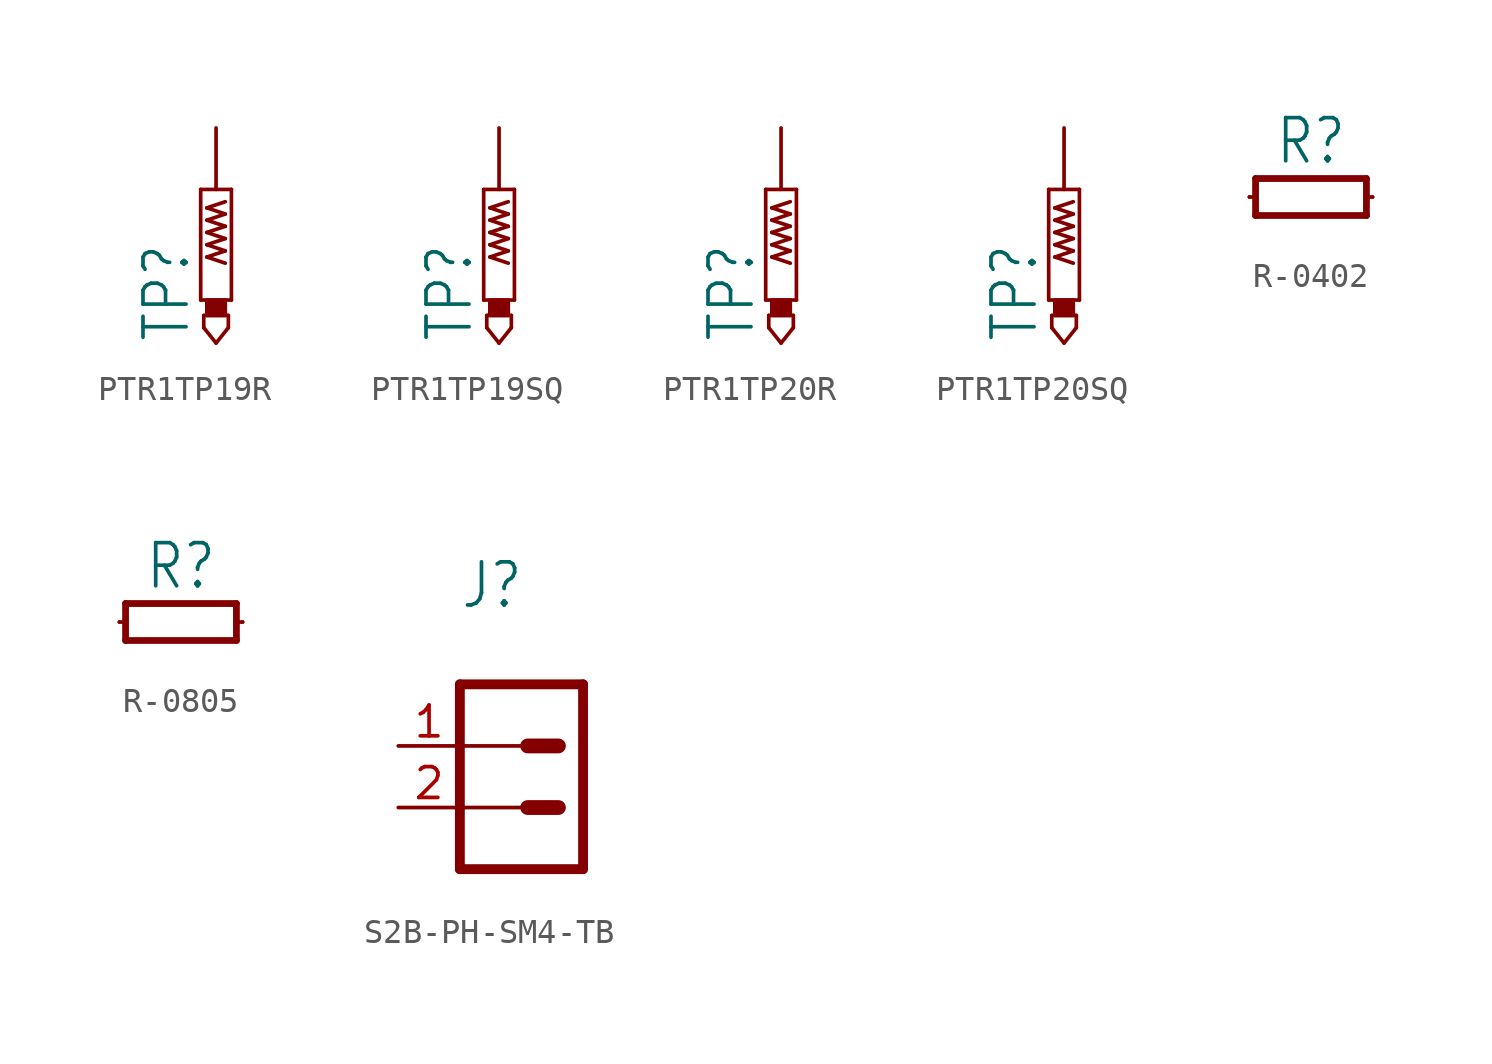
<source format=kicad_sym>
(kicad_symbol_lib
  (version 20231120)
  (generator "kicad_symbol_editor")
  (generator_version "8.0")
  (symbol "PTR1TP19R"
    (property "Reference" "TP"
      (at -1.016 -6.35 90)
      (effects (font (size 1.778 1.511)) (justify left bottom)))
    (property "ki_locked" ""
      (at 0 0 0)
      (effects (font (size 1.27 1.27))))
    (symbol "PTR1TP19R_1_0"
      (rectangle (start -0.381 -5.207) (end 0.381 -4.572) (stroke (width 0) (type default)) (fill (type outline)))
      (polyline (pts (xy -0.635 0) (xy -0.635 -4.572)) (stroke (width 0.152) (type solid)) (fill (type none)))
      (polyline (pts (xy -0.508 -5.715) (xy 0 -6.35)) (stroke (width 0.152) (type solid)) (fill (type none)))
      (polyline (pts (xy -0.508 -5.207) (xy -0.508 -5.715)) (stroke (width 0.152) (type solid)) (fill (type none)))
      (polyline (pts (xy -0.381 -2.794) (xy 0.381 -2.54)) (stroke (width 0.152) (type solid)) (fill (type none)))
      (polyline (pts (xy -0.381 -2.286) (xy 0.381 -2.032)) (stroke (width 0.152) (type solid)) (fill (type none)))
      (polyline (pts (xy -0.381 -1.778) (xy 0.381 -1.524)) (stroke (width 0.152) (type solid)) (fill (type none)))
      (polyline (pts (xy -0.381 -1.27) (xy 0.381 -1.016)) (stroke (width 0.152) (type solid)) (fill (type none)))
      (polyline (pts (xy -0.381 -0.762) (xy 0.381 -0.508)) (stroke (width 0.152) (type solid)) (fill (type none)))
      (polyline (pts (xy 0 -6.35) (xy 0.508 -5.715)) (stroke (width 0.152) (type solid)) (fill (type none)))
      (polyline (pts (xy 0.381 -3.048) (xy -0.381 -2.794)) (stroke (width 0.152) (type solid)) (fill (type none)))
      (polyline (pts (xy 0.381 -2.54) (xy -0.381 -2.286)) (stroke (width 0.152) (type solid)) (fill (type none)))
      (polyline (pts (xy 0.381 -2.032) (xy -0.381 -1.778)) (stroke (width 0.152) (type solid)) (fill (type none)))
      (polyline (pts (xy 0.381 -1.524) (xy -0.381 -1.27)) (stroke (width 0.152) (type solid)) (fill (type none)))
      (polyline (pts (xy 0.381 -1.016) (xy -0.381 -0.762)) (stroke (width 0.152) (type solid)) (fill (type none)))
      (polyline (pts (xy 0.508 -5.715) (xy 0.508 -5.207)) (stroke (width 0.152) (type solid)) (fill (type none)))
      (polyline (pts (xy 0.508 -5.207) (xy -0.508 -5.207)) (stroke (width 0.152) (type solid)) (fill (type none)))
      (polyline (pts (xy 0.635 -4.572) (xy -0.635 -4.572)) (stroke (width 0.152) (type solid)) (fill (type none)))
      (polyline (pts (xy 0.635 -4.572) (xy 0.635 0)) (stroke (width 0.152) (type solid)) (fill (type none)))
      (polyline (pts (xy 0.635 0) (xy -0.635 0)) (stroke (width 0.152) (type solid)) (fill (type none)))
      (pin input line (at 0 2.54 270) (length 2.54) (name "TP" (effects (font (size 0 0)))) (number "TP" (effects (font (size 0 0)))))))
  (symbol "PTR1TP19SQ"
    (property "Reference" "TP"
      (at -1.016 -6.35 90)
      (effects (font (size 1.778 1.511)) (justify left bottom)))
    (property "ki_locked" ""
      (at 0 0 0)
      (effects (font (size 1.27 1.27))))
    (symbol "PTR1TP19SQ_1_0"
      (rectangle (start -0.381 -5.207) (end 0.381 -4.572) (stroke (width 0) (type default)) (fill (type outline)))
      (polyline (pts (xy -0.635 0) (xy -0.635 -4.572)) (stroke (width 0.152) (type solid)) (fill (type none)))
      (polyline (pts (xy -0.508 -5.715) (xy 0 -6.35)) (stroke (width 0.152) (type solid)) (fill (type none)))
      (polyline (pts (xy -0.508 -5.207) (xy -0.508 -5.715)) (stroke (width 0.152) (type solid)) (fill (type none)))
      (polyline (pts (xy -0.381 -2.794) (xy 0.381 -2.54)) (stroke (width 0.152) (type solid)) (fill (type none)))
      (polyline (pts (xy -0.381 -2.286) (xy 0.381 -2.032)) (stroke (width 0.152) (type solid)) (fill (type none)))
      (polyline (pts (xy -0.381 -1.778) (xy 0.381 -1.524)) (stroke (width 0.152) (type solid)) (fill (type none)))
      (polyline (pts (xy -0.381 -1.27) (xy 0.381 -1.016)) (stroke (width 0.152) (type solid)) (fill (type none)))
      (polyline (pts (xy -0.381 -0.762) (xy 0.381 -0.508)) (stroke (width 0.152) (type solid)) (fill (type none)))
      (polyline (pts (xy 0 -6.35) (xy 0.508 -5.715)) (stroke (width 0.152) (type solid)) (fill (type none)))
      (polyline (pts (xy 0.381 -3.048) (xy -0.381 -2.794)) (stroke (width 0.152) (type solid)) (fill (type none)))
      (polyline (pts (xy 0.381 -2.54) (xy -0.381 -2.286)) (stroke (width 0.152) (type solid)) (fill (type none)))
      (polyline (pts (xy 0.381 -2.032) (xy -0.381 -1.778)) (stroke (width 0.152) (type solid)) (fill (type none)))
      (polyline (pts (xy 0.381 -1.524) (xy -0.381 -1.27)) (stroke (width 0.152) (type solid)) (fill (type none)))
      (polyline (pts (xy 0.381 -1.016) (xy -0.381 -0.762)) (stroke (width 0.152) (type solid)) (fill (type none)))
      (polyline (pts (xy 0.508 -5.715) (xy 0.508 -5.207)) (stroke (width 0.152) (type solid)) (fill (type none)))
      (polyline (pts (xy 0.508 -5.207) (xy -0.508 -5.207)) (stroke (width 0.152) (type solid)) (fill (type none)))
      (polyline (pts (xy 0.635 -4.572) (xy -0.635 -4.572)) (stroke (width 0.152) (type solid)) (fill (type none)))
      (polyline (pts (xy 0.635 -4.572) (xy 0.635 0)) (stroke (width 0.152) (type solid)) (fill (type none)))
      (polyline (pts (xy 0.635 0) (xy -0.635 0)) (stroke (width 0.152) (type solid)) (fill (type none)))
      (pin input line (at 0 2.54 270) (length 2.54) (name "TP" (effects (font (size 0 0)))) (number "TP" (effects (font (size 0 0)))))))
  (symbol "PTR1TP20R"
    (property "Reference" "TP"
      (at -1.016 -6.35 90)
      (effects (font (size 1.778 1.511)) (justify left bottom)))
    (property "ki_locked" ""
      (at 0 0 0)
      (effects (font (size 1.27 1.27))))
    (symbol "PTR1TP20R_1_0"
      (rectangle (start -0.381 -5.207) (end 0.381 -4.572) (stroke (width 0) (type default)) (fill (type outline)))
      (polyline (pts (xy -0.635 0) (xy -0.635 -4.572)) (stroke (width 0.152) (type solid)) (fill (type none)))
      (polyline (pts (xy -0.508 -5.715) (xy 0 -6.35)) (stroke (width 0.152) (type solid)) (fill (type none)))
      (polyline (pts (xy -0.508 -5.207) (xy -0.508 -5.715)) (stroke (width 0.152) (type solid)) (fill (type none)))
      (polyline (pts (xy -0.381 -2.794) (xy 0.381 -2.54)) (stroke (width 0.152) (type solid)) (fill (type none)))
      (polyline (pts (xy -0.381 -2.286) (xy 0.381 -2.032)) (stroke (width 0.152) (type solid)) (fill (type none)))
      (polyline (pts (xy -0.381 -1.778) (xy 0.381 -1.524)) (stroke (width 0.152) (type solid)) (fill (type none)))
      (polyline (pts (xy -0.381 -1.27) (xy 0.381 -1.016)) (stroke (width 0.152) (type solid)) (fill (type none)))
      (polyline (pts (xy -0.381 -0.762) (xy 0.381 -0.508)) (stroke (width 0.152) (type solid)) (fill (type none)))
      (polyline (pts (xy 0 -6.35) (xy 0.508 -5.715)) (stroke (width 0.152) (type solid)) (fill (type none)))
      (polyline (pts (xy 0.381 -3.048) (xy -0.381 -2.794)) (stroke (width 0.152) (type solid)) (fill (type none)))
      (polyline (pts (xy 0.381 -2.54) (xy -0.381 -2.286)) (stroke (width 0.152) (type solid)) (fill (type none)))
      (polyline (pts (xy 0.381 -2.032) (xy -0.381 -1.778)) (stroke (width 0.152) (type solid)) (fill (type none)))
      (polyline (pts (xy 0.381 -1.524) (xy -0.381 -1.27)) (stroke (width 0.152) (type solid)) (fill (type none)))
      (polyline (pts (xy 0.381 -1.016) (xy -0.381 -0.762)) (stroke (width 0.152) (type solid)) (fill (type none)))
      (polyline (pts (xy 0.508 -5.715) (xy 0.508 -5.207)) (stroke (width 0.152) (type solid)) (fill (type none)))
      (polyline (pts (xy 0.508 -5.207) (xy -0.508 -5.207)) (stroke (width 0.152) (type solid)) (fill (type none)))
      (polyline (pts (xy 0.635 -4.572) (xy -0.635 -4.572)) (stroke (width 0.152) (type solid)) (fill (type none)))
      (polyline (pts (xy 0.635 -4.572) (xy 0.635 0)) (stroke (width 0.152) (type solid)) (fill (type none)))
      (polyline (pts (xy 0.635 0) (xy -0.635 0)) (stroke (width 0.152) (type solid)) (fill (type none)))
      (pin input line (at 0 2.54 270) (length 2.54) (name "TP" (effects (font (size 0 0)))) (number "TP" (effects (font (size 0 0)))))))
  (symbol "PTR1TP20SQ"
    (property "Reference" "TP"
      (at -1.016 -6.35 90)
      (effects (font (size 1.778 1.511)) (justify left bottom)))
    (property "ki_locked" ""
      (at 0 0 0)
      (effects (font (size 1.27 1.27))))
    (symbol "PTR1TP20SQ_1_0"
      (rectangle (start -0.381 -5.207) (end 0.381 -4.572) (stroke (width 0) (type default)) (fill (type outline)))
      (polyline (pts (xy -0.635 0) (xy -0.635 -4.572)) (stroke (width 0.152) (type solid)) (fill (type none)))
      (polyline (pts (xy -0.508 -5.715) (xy 0 -6.35)) (stroke (width 0.152) (type solid)) (fill (type none)))
      (polyline (pts (xy -0.508 -5.207) (xy -0.508 -5.715)) (stroke (width 0.152) (type solid)) (fill (type none)))
      (polyline (pts (xy -0.381 -2.794) (xy 0.381 -2.54)) (stroke (width 0.152) (type solid)) (fill (type none)))
      (polyline (pts (xy -0.381 -2.286) (xy 0.381 -2.032)) (stroke (width 0.152) (type solid)) (fill (type none)))
      (polyline (pts (xy -0.381 -1.778) (xy 0.381 -1.524)) (stroke (width 0.152) (type solid)) (fill (type none)))
      (polyline (pts (xy -0.381 -1.27) (xy 0.381 -1.016)) (stroke (width 0.152) (type solid)) (fill (type none)))
      (polyline (pts (xy -0.381 -0.762) (xy 0.381 -0.508)) (stroke (width 0.152) (type solid)) (fill (type none)))
      (polyline (pts (xy 0 -6.35) (xy 0.508 -5.715)) (stroke (width 0.152) (type solid)) (fill (type none)))
      (polyline (pts (xy 0.381 -3.048) (xy -0.381 -2.794)) (stroke (width 0.152) (type solid)) (fill (type none)))
      (polyline (pts (xy 0.381 -2.54) (xy -0.381 -2.286)) (stroke (width 0.152) (type solid)) (fill (type none)))
      (polyline (pts (xy 0.381 -2.032) (xy -0.381 -1.778)) (stroke (width 0.152) (type solid)) (fill (type none)))
      (polyline (pts (xy 0.381 -1.524) (xy -0.381 -1.27)) (stroke (width 0.152) (type solid)) (fill (type none)))
      (polyline (pts (xy 0.381 -1.016) (xy -0.381 -0.762)) (stroke (width 0.152) (type solid)) (fill (type none)))
      (polyline (pts (xy 0.508 -5.715) (xy 0.508 -5.207)) (stroke (width 0.152) (type solid)) (fill (type none)))
      (polyline (pts (xy 0.508 -5.207) (xy -0.508 -5.207)) (stroke (width 0.152) (type solid)) (fill (type none)))
      (polyline (pts (xy 0.635 -4.572) (xy -0.635 -4.572)) (stroke (width 0.152) (type solid)) (fill (type none)))
      (polyline (pts (xy 0.635 -4.572) (xy 0.635 0)) (stroke (width 0.152) (type solid)) (fill (type none)))
      (polyline (pts (xy 0.635 0) (xy -0.635 0)) (stroke (width 0.152) (type solid)) (fill (type none)))
      (pin input line (at 0 2.54 270) (length 2.54) (name "TP" (effects (font (size 0 0)))) (number "TP" (effects (font (size 0 0)))))))
  (symbol "R-0402"
    (property "Reference" "R"
      (at 0 1.27 0)
      (effects (font (size 1.778 1.511)) (justify bottom)))
    (property "Value" ""
      (at 0 -1.27 0)
      (effects (font (size 1.778 1.511)) (justify top)))
    (property "ki_locked" ""
      (at 0 0 0)
      (effects (font (size 1.27 1.27))))
    (symbol "R-0402_1_0"
      (polyline (pts (xy -2.54 0) (xy -2.286 0)) (stroke (width 0.152) (type solid)) (fill (type none)))
      (polyline (pts (xy -2.286 -0.762) (xy -2.286 0.762)) (stroke (width 0.279) (type solid)) (fill (type none)))
      (polyline (pts (xy -2.286 -0.762) (xy 2.286 -0.762)) (stroke (width 0.279) (type solid)) (fill (type none)))
      (polyline (pts (xy -2.286 0.762) (xy 2.286 0.762)) (stroke (width 0.279) (type solid)) (fill (type none)))
      (polyline (pts (xy 2.286 0) (xy 2.54 0)) (stroke (width 0.152) (type solid)) (fill (type none)))
      (polyline (pts (xy 2.286 0.762) (xy 2.286 -0.762)) (stroke (width 0.279) (type solid)) (fill (type none)))
      (pin passive line (at -2.54 0 0) (length 0) (name "1" (effects (font (size 0 0)))) (number "1" (effects (font (size 0 0)))))
      (pin passive line (at 2.54 0 180) (length 0) (name "2" (effects (font (size 0 0)))) (number "2" (effects (font (size 0 0)))))))
  (symbol "R-0805"
    (property "Reference" "R"
      (at 0 1.27 0)
      (effects (font (size 1.778 1.511)) (justify bottom)))
    (property "Value" ""
      (at 0 -1.27 0)
      (effects (font (size 1.778 1.511)) (justify top)))
    (property "ki_locked" ""
      (at 0 0 0)
      (effects (font (size 1.27 1.27))))
    (symbol "R-0805_1_0"
      (polyline (pts (xy -2.54 0) (xy -2.286 0)) (stroke (width 0.152) (type solid)) (fill (type none)))
      (polyline (pts (xy -2.286 -0.762) (xy -2.286 0.762)) (stroke (width 0.279) (type solid)) (fill (type none)))
      (polyline (pts (xy -2.286 -0.762) (xy 2.286 -0.762)) (stroke (width 0.279) (type solid)) (fill (type none)))
      (polyline (pts (xy -2.286 0.762) (xy 2.286 0.762)) (stroke (width 0.279) (type solid)) (fill (type none)))
      (polyline (pts (xy 2.286 0) (xy 2.54 0)) (stroke (width 0.152) (type solid)) (fill (type none)))
      (polyline (pts (xy 2.286 0.762) (xy 2.286 -0.762)) (stroke (width 0.279) (type solid)) (fill (type none)))
      (pin passive line (at -2.54 0 0) (length 0) (name "1" (effects (font (size 0 0)))) (number "1" (effects (font (size 0 0)))))
      (pin passive line (at 2.54 0 180) (length 0) (name "2" (effects (font (size 0 0)))) (number "2" (effects (font (size 0 0)))))))
  (symbol "S2B-PH-SM4-TB"
    (property "Reference" "J"
      (at -2.54 5.588 0)
      (effects (font (size 1.778 1.511)) (justify left bottom)))
    (property "Value" ""
      (at -2.54 3.048 0)
      (effects (font (size 1.778 1.511)) (justify left bottom)))
    (property "ki_locked" ""
      (at 0 0 0)
      (effects (font (size 1.27 1.27))))
    (symbol "S2B-PH-SM4-TB_1_0"
      (polyline (pts (xy -2.54 -2.54) (xy -2.54 -5.08)) (stroke (width 0.406) (type solid)) (fill (type none)))
      (polyline (pts (xy -2.54 -2.54) (xy 0 -2.54)) (stroke (width 0.152) (type solid)) (fill (type none)))
      (polyline (pts (xy -2.54 0) (xy -2.54 -2.54)) (stroke (width 0.406) (type solid)) (fill (type none)))
      (polyline (pts (xy -2.54 0) (xy 0 0)) (stroke (width 0.152) (type solid)) (fill (type none)))
      (polyline (pts (xy -2.54 2.54) (xy -2.54 0)) (stroke (width 0.406) (type solid)) (fill (type none)))
      (polyline (pts (xy -2.54 2.54) (xy 2.54 2.54)) (stroke (width 0.406) (type solid)) (fill (type none)))
      (polyline (pts (xy 0.254 -2.54) (xy 1.524 -2.54)) (stroke (width 0.61) (type solid)) (fill (type none)))
      (polyline (pts (xy 0.254 0) (xy 1.524 0)) (stroke (width 0.61) (type solid)) (fill (type none)))
      (polyline (pts (xy 2.54 -5.08) (xy -2.54 -5.08)) (stroke (width 0.406) (type solid)) (fill (type none)))
      (polyline (pts (xy 2.54 -5.08) (xy 2.54 2.54)) (stroke (width 0.406) (type solid)) (fill (type none)))
      (pin passive line (at -5.08 0 0) (length 2.54) (name "1" (effects (font (size 0 0)))) (number "1" (effects (font (size 1.27 1.27)))))
      (pin passive line (at -5.08 -2.54 0) (length 2.54) (name "2" (effects (font (size 0 0)))) (number "2" (effects (font (size 1.27 1.27)))))
      (pin passive line (at 0 -5.08 0) (length 0) (name "SH" (effects (font (size 0 0)))) (number "3" (effects (font (size 0 0)))))
      (pin passive line (at 0 -5.08 0) (length 0) (name "SH" (effects (font (size 0 0)))) (number "4" (effects (font (size 0 0))))))))
</source>
